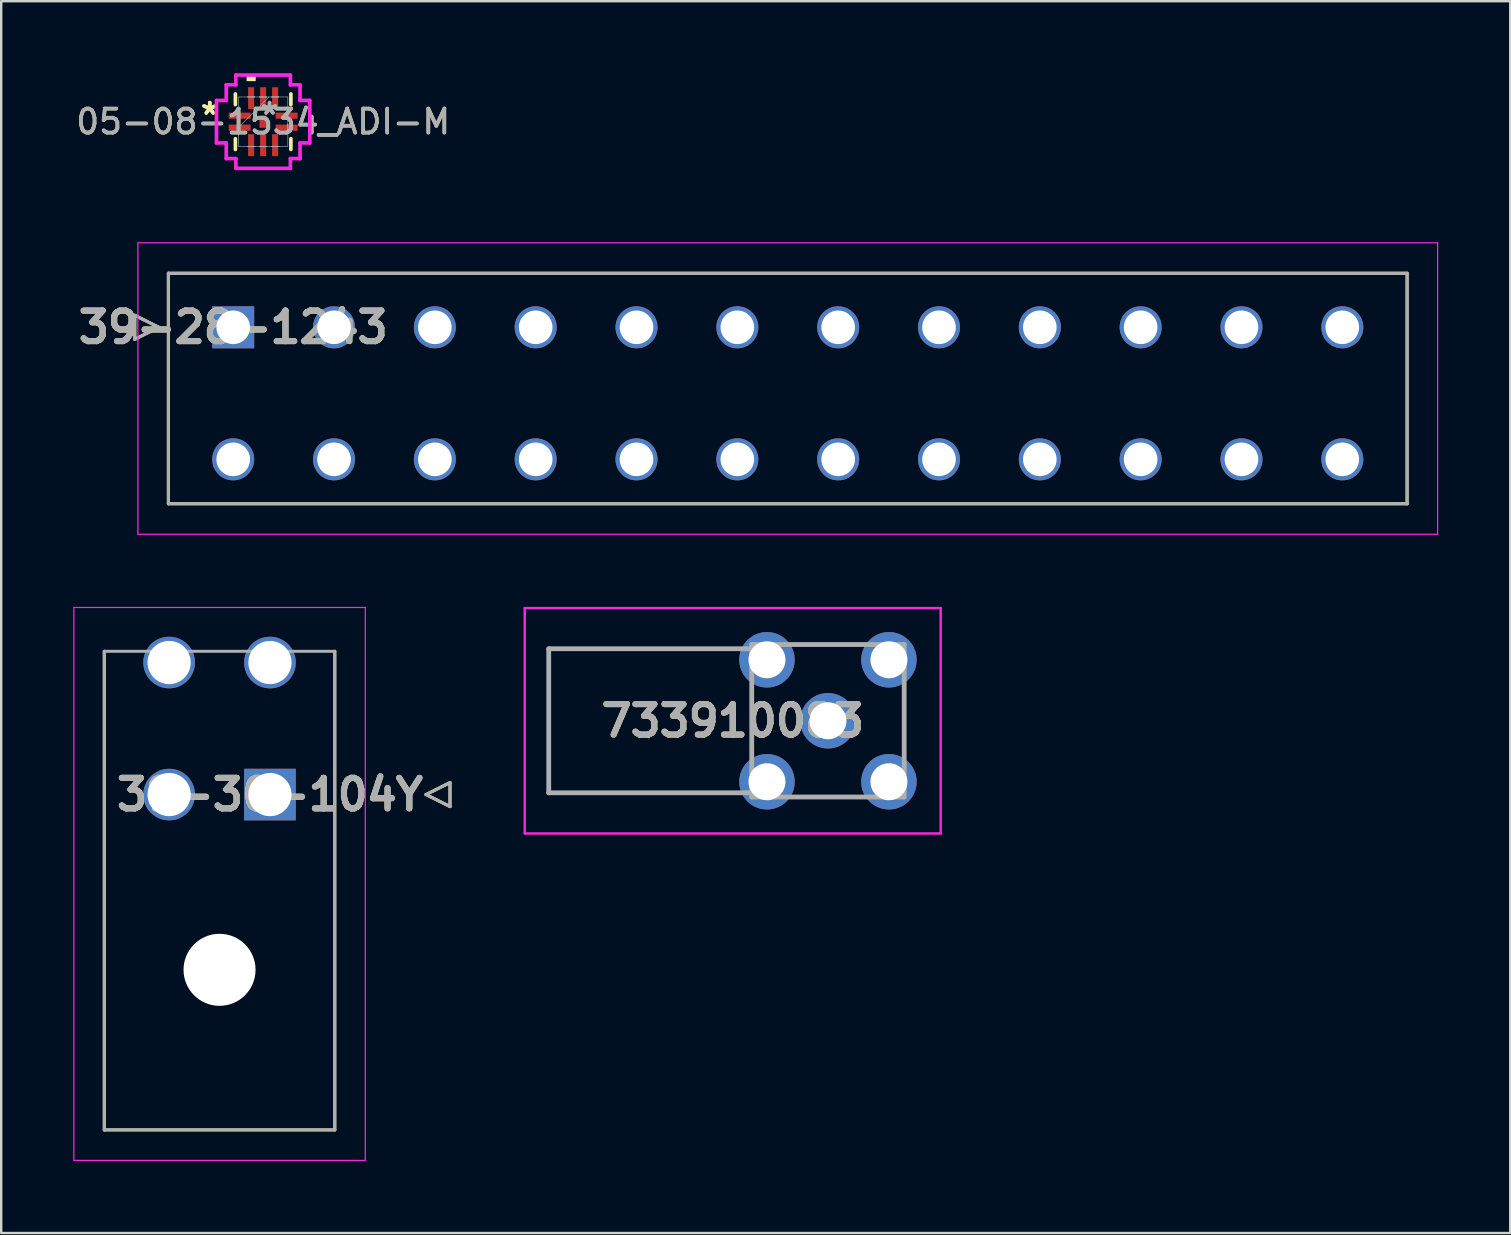
<source format=kicad_pcb>
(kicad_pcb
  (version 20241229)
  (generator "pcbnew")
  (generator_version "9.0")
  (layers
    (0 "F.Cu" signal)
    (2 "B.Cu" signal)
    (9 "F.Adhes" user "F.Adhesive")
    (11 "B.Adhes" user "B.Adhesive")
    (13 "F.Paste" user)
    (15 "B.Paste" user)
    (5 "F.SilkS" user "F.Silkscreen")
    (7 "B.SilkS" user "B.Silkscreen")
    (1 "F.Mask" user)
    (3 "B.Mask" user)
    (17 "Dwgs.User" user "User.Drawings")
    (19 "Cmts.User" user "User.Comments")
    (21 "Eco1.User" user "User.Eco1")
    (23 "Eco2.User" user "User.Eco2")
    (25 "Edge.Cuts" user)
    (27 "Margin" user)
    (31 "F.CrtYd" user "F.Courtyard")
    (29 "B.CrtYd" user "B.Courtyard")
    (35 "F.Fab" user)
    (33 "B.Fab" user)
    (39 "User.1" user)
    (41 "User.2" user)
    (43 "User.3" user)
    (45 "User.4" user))
  (footprint "39-28-1243"
    (layer "F.Cu")
    (at 6.664 10.584)
    (property "Reference" "39-28-1243" (at 0 0 0) (layer "F.SilkS") (effects (font (size 1.27 1.27) (thickness 0.254))))
    (attr through_hole)
    (fp_line (start -4.1 -0.5) (end -3.1 0) (stroke (width 0.127) (type solid)) (layer "F.SilkS"))
    (fp_line (start -4.1 0.5) (end -4.1 -0.5) (stroke (width 0.127) (type solid)) (layer "F.SilkS"))
    (fp_line (start -3.1 0) (end -4.1 0.5) (stroke (width 0.127) (type solid)) (layer "F.SilkS"))
    (fp_line (start -2.7 -2.25) (end 48.9 -2.25) (stroke (width 0.127) (type solid)) (layer "F.SilkS"))
    (fp_line (start -2.7 7.35) (end -2.7 -2.25) (stroke (width 0.127) (type solid)) (layer "F.SilkS"))
    (fp_line (start 48.9 -2.25) (end 48.9 7.35) (stroke (width 0.127) (type solid)) (layer "F.SilkS"))
    (fp_line (start 48.9 7.35) (end -2.7 7.35) (stroke (width 0.127) (type solid)) (layer "F.SilkS"))
    (fp_line (start -3.97 -3.52) (end 50.17 -3.52) (stroke (width 0.05) (type solid)) (layer "F.CrtYd"))
    (fp_line (start -3.97 8.62) (end -3.97 -3.52) (stroke (width 0.05) (type solid)) (layer "F.CrtYd"))
    (fp_line (start 50.17 -3.52) (end 50.17 8.62) (stroke (width 0.05) (type solid)) (layer "F.CrtYd"))
    (fp_line (start 50.17 8.62) (end -3.97 8.62) (stroke (width 0.05) (type solid)) (layer "F.CrtYd"))
    (fp_line (start -4.1 -0.5) (end -3.1 0) (stroke (width 0.127) (type solid)) (layer "F.Fab"))
    (fp_line (start -4.1 0.5) (end -4.1 -0.5) (stroke (width 0.127) (type solid)) (layer "F.Fab"))
    (fp_line (start -3.1 0) (end -4.1 0.5) (stroke (width 0.127) (type solid)) (layer "F.Fab"))
    (fp_line (start -2.7 -2.25) (end 48.9 -2.25) (stroke (width 0.127) (type solid)) (layer "F.Fab"))
    (fp_line (start -2.7 7.35) (end -2.7 -2.25) (stroke (width 0.127) (type solid)) (layer "F.Fab"))
    (fp_line (start 48.9 -2.25) (end 48.9 7.35) (stroke (width 0.127) (type solid)) (layer "F.Fab"))
    (fp_line (start 48.9 7.35) (end -2.7 7.35) (stroke (width 0.127) (type solid)) (layer "F.Fab"))
    (fp_text user "${REFERENCE}" (at 0 0 0) (layer "F.Fab") (effects (font (size 1.27 1.27) (thickness 0.254))))
    (pad "1" thru_hole rect (at 0 0) (size 1.75 1.75) (drill 1.4) (layers "*.Cu" "*.Mask"))
    (pad "2" thru_hole circle (at 4.2 0) (size 1.75 1.75) (drill 1.4) (layers "*.Cu" "*.Mask"))
    (pad "3" thru_hole circle (at 8.4 0) (size 1.75 1.75) (drill 1.4) (layers "*.Cu" "*.Mask"))
    (pad "4" thru_hole circle (at 12.6 0) (size 1.75 1.75) (drill 1.4) (layers "*.Cu" "*.Mask"))
    (pad "5" thru_hole circle (at 16.8 0) (size 1.75 1.75) (drill 1.4) (layers "*.Cu" "*.Mask"))
    (pad "6" thru_hole circle (at 21 0) (size 1.75 1.75) (drill 1.4) (layers "*.Cu" "*.Mask"))
    (pad "7" thru_hole circle (at 25.2 0) (size 1.75 1.75) (drill 1.4) (layers "*.Cu" "*.Mask"))
    (pad "8" thru_hole circle (at 29.4 0) (size 1.75 1.75) (drill 1.4) (layers "*.Cu" "*.Mask"))
    (pad "9" thru_hole circle (at 33.6 0) (size 1.75 1.75) (drill 1.4) (layers "*.Cu" "*.Mask"))
    (pad "10" thru_hole circle (at 37.8 0) (size 1.75 1.75) (drill 1.4) (layers "*.Cu" "*.Mask"))
    (pad "11" thru_hole circle (at 42 0) (size 1.75 1.75) (drill 1.4) (layers "*.Cu" "*.Mask"))
    (pad "12" thru_hole circle (at 46.2 0) (size 1.75 1.75) (drill 1.4) (layers "*.Cu" "*.Mask"))
    (pad "13" thru_hole circle (at 0 5.5) (size 1.75 1.75) (drill 1.4) (layers "*.Cu" "*.Mask"))
    (pad "14" thru_hole circle (at 4.2 5.5) (size 1.75 1.75) (drill 1.4) (layers "*.Cu" "*.Mask"))
    (pad "15" thru_hole circle (at 8.4 5.5) (size 1.75 1.75) (drill 1.4) (layers "*.Cu" "*.Mask"))
    (pad "16" thru_hole circle (at 12.6 5.5) (size 1.75 1.75) (drill 1.4) (layers "*.Cu" "*.Mask"))
    (pad "17" thru_hole circle (at 16.8 5.5) (size 1.75 1.75) (drill 1.4) (layers "*.Cu" "*.Mask"))
    (pad "18" thru_hole circle (at 21 5.5) (size 1.75 1.75) (drill 1.4) (layers "*.Cu" "*.Mask"))
    (pad "19" thru_hole circle (at 25.2 5.5) (size 1.75 1.75) (drill 1.4) (layers "*.Cu" "*.Mask"))
    (pad "20" thru_hole circle (at 29.4 5.5) (size 1.75 1.75) (drill 1.4) (layers "*.Cu" "*.Mask"))
    (pad "21" thru_hole circle (at 33.6 5.5) (size 1.75 1.75) (drill 1.4) (layers "*.Cu" "*.Mask"))
    (pad "22" thru_hole circle (at 37.8 5.5) (size 1.75 1.75) (drill 1.4) (layers "*.Cu" "*.Mask"))
    (pad "23" thru_hole circle (at 42 5.5) (size 1.75 1.75) (drill 1.4) (layers "*.Cu" "*.Mask"))
    (pad "24" thru_hole circle (at 46.2 5.5) (size 1.75 1.75) (drill 1.4) (layers "*.Cu" "*.Mask")))
  (footprint "05-08-1534_ADI-M"
    (layer "F.Cu")
    (at 7.911 2.019)
    (property "Reference" "05-08-1534_ADI-M" (at 0 0 0) (unlocked yes) (layer "F.SilkS") (effects (font (size 1 1) (thickness 0.15))))
    (attr smd)
    (fp_line (start -1.156 -1.156) (end -1.156 -0.71) (stroke (width 0.152) (type solid)) (layer "F.SilkS"))
    (fp_line (start -1.156 0.71) (end -1.156 1.156) (stroke (width 0.152) (type solid)) (layer "F.SilkS"))
    (fp_line (start 1.156 -0.71) (end 1.156 -1.156) (stroke (width 0.152) (type solid)) (layer "F.SilkS"))
    (fp_line (start 1.156 1.156) (end 1.156 0.71) (stroke (width 0.152) (type solid)) (layer "F.SilkS"))
    (fp_poly (pts (xy -0.69 -1.689) (xy -0.69 -1.943) (xy -0.309 -1.943) (xy -0.309 -1.689)) (stroke (width 0) (type solid)) (fill yes) (layer "F.SilkS"))
    (fp_line (start -1.943 -0.885) (end -1.537 -0.885) (stroke (width 0.152) (type solid)) (layer "F.CrtYd"))
    (fp_line (start -1.943 0.885) (end -1.943 -0.885) (stroke (width 0.152) (type solid)) (layer "F.CrtYd"))
    (fp_line (start -1.537 -1.537) (end -1.135 -1.537) (stroke (width 0.152) (type solid)) (layer "F.CrtYd"))
    (fp_line (start -1.537 -0.885) (end -1.537 -1.537) (stroke (width 0.152) (type solid)) (layer "F.CrtYd"))
    (fp_line (start -1.537 0.885) (end -1.943 0.885) (stroke (width 0.152) (type solid)) (layer "F.CrtYd"))
    (fp_line (start -1.537 1.537) (end -1.537 0.885) (stroke (width 0.152) (type solid)) (layer "F.CrtYd"))
    (fp_line (start -1.135 -1.943) (end 1.135 -1.943) (stroke (width 0.152) (type solid)) (layer "F.CrtYd"))
    (fp_line (start -1.135 -1.537) (end -1.135 -1.943) (stroke (width 0.152) (type solid)) (layer "F.CrtYd"))
    (fp_line (start -1.135 1.537) (end -1.537 1.537) (stroke (width 0.152) (type solid)) (layer "F.CrtYd"))
    (fp_line (start -1.135 1.943) (end -1.135 1.537) (stroke (width 0.152) (type solid)) (layer "F.CrtYd"))
    (fp_line (start 1.135 -1.943) (end 1.135 -1.537) (stroke (width 0.152) (type solid)) (layer "F.CrtYd"))
    (fp_line (start 1.135 -1.537) (end 1.537 -1.537) (stroke (width 0.152) (type solid)) (layer "F.CrtYd"))
    (fp_line (start 1.135 1.537) (end 1.135 1.943) (stroke (width 0.152) (type solid)) (layer "F.CrtYd"))
    (fp_line (start 1.135 1.943) (end -1.135 1.943) (stroke (width 0.152) (type solid)) (layer "F.CrtYd"))
    (fp_line (start 1.537 -1.537) (end 1.537 -0.885) (stroke (width 0.152) (type solid)) (layer "F.CrtYd"))
    (fp_line (start 1.537 -0.885) (end 1.943 -0.885) (stroke (width 0.152) (type solid)) (layer "F.CrtYd"))
    (fp_line (start 1.537 0.885) (end 1.537 1.537) (stroke (width 0.152) (type solid)) (layer "F.CrtYd"))
    (fp_line (start 1.537 1.537) (end 1.135 1.537) (stroke (width 0.152) (type solid)) (layer "F.CrtYd"))
    (fp_line (start 1.943 -0.885) (end 1.943 0.885) (stroke (width 0.152) (type solid)) (layer "F.CrtYd"))
    (fp_line (start 1.943 0.885) (end 1.537 0.885) (stroke (width 0.152) (type solid)) (layer "F.CrtYd"))
    (fp_line (start -1.029 -1.029) (end -1.029 1.029) (stroke (width 0.025) (type solid)) (layer "F.Fab"))
    (fp_line (start -1.029 -0.402) (end -1.029 -0.402) (stroke (width 0.025) (type solid)) (layer "F.Fab"))
    (fp_line (start -1.029 -0.402) (end -1.029 -0.098) (stroke (width 0.025) (type solid)) (layer "F.Fab"))
    (fp_line (start -1.029 -0.098) (end -1.029 -0.402) (stroke (width 0.025) (type solid)) (layer "F.Fab"))
    (fp_line (start -1.029 -0.098) (end -1.029 -0.098) (stroke (width 0.025) (type solid)) (layer "F.Fab"))
    (fp_line (start -1.029 0.098) (end -1.029 0.098) (stroke (width 0.025) (type solid)) (layer "F.Fab"))
    (fp_line (start -1.029 0.098) (end -1.029 0.402) (stroke (width 0.025) (type solid)) (layer "F.Fab"))
    (fp_line (start -1.029 0.241) (end 0.241 -1.029) (stroke (width 0.025) (type solid)) (layer "F.Fab"))
    (fp_line (start -1.029 0.402) (end -1.029 0.098) (stroke (width 0.025) (type solid)) (layer "F.Fab"))
    (fp_line (start -1.029 0.402) (end -1.029 0.402) (stroke (width 0.025) (type solid)) (layer "F.Fab"))
    (fp_line (start -1.029 1.029) (end 1.029 1.029) (stroke (width 0.025) (type solid)) (layer "F.Fab"))
    (fp_line (start -0.652 -1.029) (end -0.652 -1.029) (stroke (width 0.025) (type solid)) (layer "F.Fab"))
    (fp_line (start -0.652 -1.029) (end -0.348 -1.029) (stroke (width 0.025) (type solid)) (layer "F.Fab"))
    (fp_line (start -0.652 1.029) (end -0.652 1.029) (stroke (width 0.025) (type solid)) (layer "F.Fab"))
    (fp_line (start -0.652 1.029) (end -0.348 1.029) (stroke (width 0.025) (type solid)) (layer "F.Fab"))
    (fp_line (start -0.348 -1.029) (end -0.652 -1.029) (stroke (width 0.025) (type solid)) (layer "F.Fab"))
    (fp_line (start -0.348 -1.029) (end -0.348 -1.029) (stroke (width 0.025) (type solid)) (layer "F.Fab"))
    (fp_line (start -0.348 1.029) (end -0.652 1.029) (stroke (width 0.025) (type solid)) (layer "F.Fab"))
    (fp_line (start -0.348 1.029) (end -0.348 1.029) (stroke (width 0.025) (type solid)) (layer "F.Fab"))
    (fp_line (start -0.152 -1.029) (end -0.152 -1.029) (stroke (width 0.025) (type solid)) (layer "F.Fab"))
    (fp_line (start -0.152 -1.029) (end 0.152 -1.029) (stroke (width 0.025) (type solid)) (layer "F.Fab"))
    (fp_line (start -0.152 1.029) (end -0.152 1.029) (stroke (width 0.025) (type solid)) (layer "F.Fab"))
    (fp_line (start -0.152 1.029) (end 0.152 1.029) (stroke (width 0.025) (type solid)) (layer "F.Fab"))
    (fp_line (start 0.152 -1.029) (end -0.152 -1.029) (stroke (width 0.025) (type solid)) (layer "F.Fab"))
    (fp_line (start 0.152 -1.029) (end 0.152 -1.029) (stroke (width 0.025) (type solid)) (layer "F.Fab"))
    (fp_line (start 0.152 1.029) (end -0.152 1.029) (stroke (width 0.025) (type solid)) (layer "F.Fab"))
    (fp_line (start 0.152 1.029) (end 0.152 1.029) (stroke (width 0.025) (type solid)) (layer "F.Fab"))
    (fp_line (start 0.348 -1.029) (end 0.348 -1.029) (stroke (width 0.025) (type solid)) (layer "F.Fab"))
    (fp_line (start 0.348 -1.029) (end 0.652 -1.029) (stroke (width 0.025) (type solid)) (layer "F.Fab"))
    (fp_line (start 0.348 1.029) (end 0.348 1.029) (stroke (width 0.025) (type solid)) (layer "F.Fab"))
    (fp_line (start 0.348 1.029) (end 0.652 1.029) (stroke (width 0.025) (type solid)) (layer "F.Fab"))
    (fp_line (start 0.652 -1.029) (end 0.348 -1.029) (stroke (width 0.025) (type solid)) (layer "F.Fab"))
    (fp_line (start 0.652 -1.029) (end 0.652 -1.029) (stroke (width 0.025) (type solid)) (layer "F.Fab"))
    (fp_line (start 0.652 1.029) (end 0.348 1.029) (stroke (width 0.025) (type solid)) (layer "F.Fab"))
    (fp_line (start 0.652 1.029) (end 0.652 1.029) (stroke (width 0.025) (type solid)) (layer "F.Fab"))
    (fp_line (start 1.029 -1.029) (end -1.029 -1.029) (stroke (width 0.025) (type solid)) (layer "F.Fab"))
    (fp_line (start 1.029 -0.402) (end 1.029 -0.402) (stroke (width 0.025) (type solid)) (layer "F.Fab"))
    (fp_line (start 1.029 -0.402) (end 1.029 -0.098) (stroke (width 0.025) (type solid)) (layer "F.Fab"))
    (fp_line (start 1.029 -0.098) (end 1.029 -0.402) (stroke (width 0.025) (type solid)) (layer "F.Fab"))
    (fp_line (start 1.029 -0.098) (end 1.029 -0.098) (stroke (width 0.025) (type solid)) (layer "F.Fab"))
    (fp_line (start 1.029 0.098) (end 1.029 0.098) (stroke (width 0.025) (type solid)) (layer "F.Fab"))
    (fp_line (start 1.029 0.098) (end 1.029 0.402) (stroke (width 0.025) (type solid)) (layer "F.Fab"))
    (fp_line (start 1.029 0.402) (end 1.029 0.098) (stroke (width 0.025) (type solid)) (layer "F.Fab"))
    (fp_line (start 1.029 0.402) (end 1.029 0.402) (stroke (width 0.025) (type solid)) (layer "F.Fab"))
    (fp_line (start 1.029 1.029) (end 1.029 -1.029) (stroke (width 0.025) (type solid)) (layer "F.Fab"))
    (fp_text user "*" (at -2.223 -0.25 0) (layer "F.SilkS") (effects (font (size 1 1) (thickness 0.15))))
    (fp_text user "*" (at -2.223 -0.25 0) (unlocked yes) (layer "F.SilkS") (effects (font (size 1 1) (thickness 0.15))))
    (fp_text user "${REFERENCE}" (at 0 0 0) (unlocked yes) (layer "F.Fab") (effects (font (size 1 1) (thickness 0.15))))
    (fp_text user "*" (at 0.267 -0.25 0) (layer "F.Fab") (effects (font (size 1 1) (thickness 0.15))))
    (fp_text user "*" (at 0.267 -0.25 0) (unlocked yes) (layer "F.Fab") (effects (font (size 1 1) (thickness 0.15))))
    (pad "1" smd rect (at -0.978 -0.25 90) (size 0.254 0.914) (layers "F.Cu" "F.Mask" "F.Paste"))
    (pad "2" smd rect (at -0.978 0.25 90) (size 0.254 0.914) (layers "F.Cu" "F.Mask" "F.Paste"))
    (pad "3" smd rect (at -0.5 0.978) (size 0.254 0.914) (layers "F.Cu" "F.Mask" "F.Paste"))
    (pad "4" smd rect (at 0 0.978) (size 0.254 0.914) (layers "F.Cu" "F.Mask" "F.Paste"))
    (pad "5" smd rect (at 0.5 0.978) (size 0.254 0.914) (layers "F.Cu" "F.Mask" "F.Paste"))
    (pad "6" smd rect (at 0.978 0.25 90) (size 0.254 0.914) (layers "F.Cu" "F.Mask" "F.Paste"))
    (pad "7" smd rect (at 0.978 -0.25 90) (size 0.254 0.914) (layers "F.Cu" "F.Mask" "F.Paste"))
    (pad "8" smd rect (at 0.5 -0.978) (size 0.254 0.914) (layers "F.Cu" "F.Mask" "F.Paste"))
    (pad "9" smd rect (at 0 -0.978) (size 0.254 0.914) (layers "F.Cu" "F.Mask" "F.Paste"))
    (pad "10" smd rect (at -0.5 -0.978) (size 0.254 0.914) (layers "F.Cu" "F.Mask" "F.Paste"))
    (pad "11" smd rect (at 0 0) (size 0.305 0.508) (layers "F.Cu" "F.Mask" "F.Paste")))
  (footprint "39-30-104Y"
    (layer "F.Cu")
    (at 8.195 30.048)
    (property "Reference" "39-30-104Y" (at 0 0 0) (layer "F.SilkS") (effects (font (size 1.27 1.27) (thickness 0.254))))
    (attr through_hole)
    (fp_line (start -6.9 13.968) (end -6.9 -5.968) (stroke (width 0.127) (type solid)) (layer "F.SilkS"))
    (fp_line (start 2.7 -5.968) (end 2.7 13.968) (stroke (width 0.127) (type solid)) (layer "F.SilkS"))
    (fp_line (start 2.7 13.968) (end -6.9 13.968) (stroke (width 0.127) (type solid)) (layer "F.SilkS"))
    (fp_line (start 6.5 0) (end 7.5 -0.5) (stroke (width 0.127) (type solid)) (layer "F.SilkS"))
    (fp_line (start 7.5 -0.5) (end 7.5 0.5) (stroke (width 0.127) (type solid)) (layer "F.SilkS"))
    (fp_line (start 7.5 0.5) (end 6.5 0) (stroke (width 0.127) (type solid)) (layer "F.SilkS"))
    (fp_line (start -8.17 -7.794) (end 3.97 -7.794) (stroke (width 0.05) (type solid)) (layer "F.CrtYd"))
    (fp_line (start -8.17 15.238) (end -8.17 -7.794) (stroke (width 0.05) (type solid)) (layer "F.CrtYd"))
    (fp_line (start 3.97 -7.794) (end 3.97 15.238) (stroke (width 0.05) (type solid)) (layer "F.CrtYd"))
    (fp_line (start 3.97 15.238) (end -8.17 15.238) (stroke (width 0.05) (type solid)) (layer "F.CrtYd"))
    (fp_line (start -6.9 -5.968) (end 2.7 -5.968) (stroke (width 0.127) (type solid)) (layer "F.Fab"))
    (fp_line (start -6.9 13.968) (end -6.9 -5.968) (stroke (width 0.127) (type solid)) (layer "F.Fab"))
    (fp_line (start 2.7 -5.968) (end 2.7 13.968) (stroke (width 0.127) (type solid)) (layer "F.Fab"))
    (fp_line (start 2.7 13.968) (end -6.9 13.968) (stroke (width 0.127) (type solid)) (layer "F.Fab"))
    (fp_line (start 6.5 0) (end 7.5 -0.5) (stroke (width 0.127) (type solid)) (layer "F.Fab"))
    (fp_line (start 7.5 -0.5) (end 7.5 0.5) (stroke (width 0.127) (type solid)) (layer "F.Fab"))
    (fp_line (start 7.5 0.5) (end 6.5 0) (stroke (width 0.127) (type solid)) (layer "F.Fab"))
    (fp_text user "${REFERENCE}" (at 0 0 0) (layer "F.Fab") (effects (font (size 1.27 1.27) (thickness 0.254))))
    (pad "" np_thru_hole circle (at -2.1 7.3) (size 3 3) (drill 3) (layers "*.Cu" "*.Mask"))
    (pad "1" thru_hole rect (at 0 0) (size 2.15 2.15) (drill 1.8) (layers "*.Cu" "*.Mask"))
    (pad "2" thru_hole circle (at -4.2 0) (size 2.15 2.15) (drill 1.8) (layers "*.Cu" "*.Mask"))
    (pad "3" thru_hole circle (at 0 -5.5) (size 2.15 2.15) (drill 1.8) (layers "*.Cu" "*.Mask"))
    (pad "4" thru_hole circle (at -4.2 -5.5) (size 2.15 2.15) (drill 1.8) (layers "*.Cu" "*.Mask")))
  (footprint "733910083"
    (layer "F.Cu")
    (at 27.471 26.974)
    (property "Reference" "733910083" (at 0 0 0) (layer "F.SilkS") (effects (font (size 1.27 1.27) (thickness 0.254))))
    (attr through_hole)
    (fp_line (start -7.663 -3) (end -7.663 3) (stroke (width 0.1) (type solid)) (layer "F.SilkS"))
    (fp_line (start -7.663 3) (end -0.032 3) (stroke (width 0.1) (type solid)) (layer "F.SilkS"))
    (fp_line (start -0.032 -3) (end -7.663 -3) (stroke (width 0.1) (type solid)) (layer "F.SilkS"))
    (fp_line (start 0.793 -1) (end 0.793 1) (stroke (width 0.1) (type solid)) (layer "F.SilkS"))
    (fp_line (start 2.968 -3.175) (end 4.968 -3.175) (stroke (width 0.1) (type solid)) (layer "F.SilkS"))
    (fp_line (start 2.968 3.175) (end 4.968 3.175) (stroke (width 0.1) (type solid)) (layer "F.SilkS"))
    (fp_line (start 7.143 -1) (end 7.143 1) (stroke (width 0.1) (type solid)) (layer "F.SilkS"))
    (fp_line (start -8.663 -4.695) (end 8.663 -4.695) (stroke (width 0.1) (type solid)) (layer "F.CrtYd"))
    (fp_line (start -8.663 4.695) (end -8.663 -4.695) (stroke (width 0.1) (type solid)) (layer "F.CrtYd"))
    (fp_line (start 8.663 -4.695) (end 8.663 4.695) (stroke (width 0.1) (type solid)) (layer "F.CrtYd"))
    (fp_line (start 8.663 4.695) (end -8.663 4.695) (stroke (width 0.1) (type solid)) (layer "F.CrtYd"))
    (fp_line (start -7.663 -3) (end -7.663 3) (stroke (width 0.2) (type solid)) (layer "F.Fab"))
    (fp_line (start -7.663 3) (end 0.793 3) (stroke (width 0.2) (type solid)) (layer "F.Fab"))
    (fp_line (start 0.793 -3.175) (end 7.143 -3.175) (stroke (width 0.2) (type solid)) (layer "F.Fab"))
    (fp_line (start 0.793 -3) (end -7.663 -3) (stroke (width 0.2) (type solid)) (layer "F.Fab"))
    (fp_line (start 0.793 3.175) (end 0.793 -3.175) (stroke (width 0.2) (type solid)) (layer "F.Fab"))
    (fp_line (start 7.143 -3.175) (end 7.143 3.175) (stroke (width 0.2) (type solid)) (layer "F.Fab"))
    (fp_line (start 7.143 3.175) (end 0.793 3.175) (stroke (width 0.2) (type solid)) (layer "F.Fab"))
    (fp_text user "${REFERENCE}" (at 0 0 0) (layer "F.Fab") (effects (font (size 1.27 1.27) (thickness 0.254))))
    (pad "1" thru_hole circle (at 1.428 -2.54) (size 2.31 2.31) (drill 1.54) (layers "*.Cu" "*.Mask"))
    (pad "2" thru_hole circle (at 1.428 2.54) (size 2.31 2.31) (drill 1.54) (layers "*.Cu" "*.Mask"))
    (pad "3" thru_hole circle (at 6.508 2.54) (size 2.31 2.31) (drill 1.54) (layers "*.Cu" "*.Mask"))
    (pad "4" thru_hole circle (at 6.508 -2.54) (size 2.31 2.31) (drill 1.54) (layers "*.Cu" "*.Mask"))
    (pad "5" thru_hole circle (at 3.968 0) (size 2.31 2.31) (drill 1.54) (layers "*.Cu" "*.Mask")))
  (gr_rect
    (start -3 -3)
    (end 59.859 48.311)
    (stroke (width 0.1) (type default))
    (fill no)
    (layer "Edge.Cuts")))
</source>
